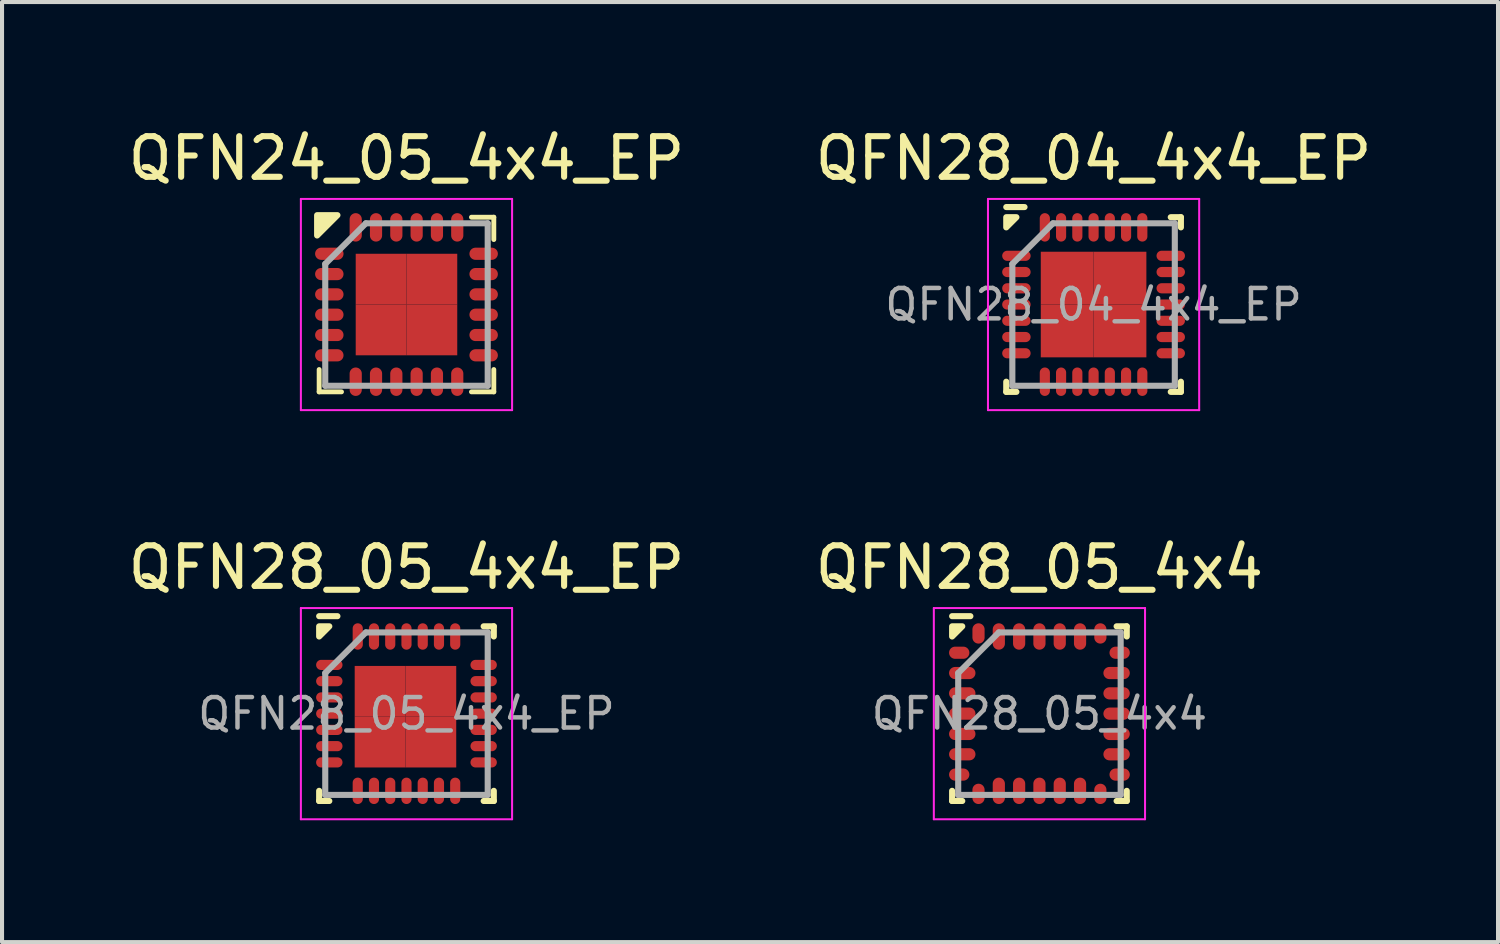
<source format=kicad_pcb>
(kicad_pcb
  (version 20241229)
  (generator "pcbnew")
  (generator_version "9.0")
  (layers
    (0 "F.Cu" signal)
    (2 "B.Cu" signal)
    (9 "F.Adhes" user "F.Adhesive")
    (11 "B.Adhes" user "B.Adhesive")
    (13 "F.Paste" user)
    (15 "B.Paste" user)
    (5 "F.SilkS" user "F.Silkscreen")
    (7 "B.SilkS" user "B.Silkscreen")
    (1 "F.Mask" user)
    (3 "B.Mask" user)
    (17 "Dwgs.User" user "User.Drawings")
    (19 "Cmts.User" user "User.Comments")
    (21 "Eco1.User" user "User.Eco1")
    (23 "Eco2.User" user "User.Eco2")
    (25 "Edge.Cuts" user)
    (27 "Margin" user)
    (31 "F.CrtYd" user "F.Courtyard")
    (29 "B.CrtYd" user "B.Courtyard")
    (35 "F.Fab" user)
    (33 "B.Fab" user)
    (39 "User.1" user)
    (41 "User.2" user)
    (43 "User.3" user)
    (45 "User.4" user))
  (footprint "QFN24_05_4x4_EP"
    (layer "F.Cu")
    (at 6.958 4.448)
    (property "Reference" "QFN24_05_4x4_EP" (at 0 -3.6 0) (layer "F.SilkS") (effects (font (size 1 1) (thickness 0.15))))
    (attr smd)
    (fp_line (start -2.15 2.15) (end -2.15 1.6) (stroke (width 0.12) (type solid)) (layer "F.SilkS"))
    (fp_line (start -1.6 2.15) (end -2.15 2.15) (stroke (width 0.12) (type solid)) (layer "F.SilkS"))
    (fp_line (start 1.6 -2.15) (end 2.15 -2.15) (stroke (width 0.12) (type solid)) (layer "F.SilkS"))
    (fp_line (start 1.6 2.15) (end 2.15 2.15) (stroke (width 0.12) (type solid)) (layer "F.SilkS"))
    (fp_line (start 2.15 -2.15) (end 2.15 -1.6) (stroke (width 0.12) (type solid)) (layer "F.SilkS"))
    (fp_line (start 2.15 2.15) (end 2.15 1.6) (stroke (width 0.12) (type solid)) (layer "F.SilkS"))
    (fp_poly (pts (xy -2.2 -1.7) (xy -2.2 -2.2) (xy -1.7 -2.2)) (stroke (width 0.15) (type solid)) (fill yes) (layer "F.SilkS"))
    (fp_line (start -2.6 -2.6) (end 2.6 -2.6) (stroke (width 0.05) (type solid)) (layer "F.CrtYd"))
    (fp_line (start -2.6 2.6) (end -2.6 -2.6) (stroke (width 0.05) (type solid)) (layer "F.CrtYd"))
    (fp_line (start 2.6 -2.6) (end 2.6 2.6) (stroke (width 0.05) (type solid)) (layer "F.CrtYd"))
    (fp_line (start 2.6 2.6) (end -2.6 2.6) (stroke (width 0.05) (type solid)) (layer "F.CrtYd"))
    (fp_line (start -2 -1) (end -2 2) (stroke (width 0.15) (type solid)) (layer "F.Fab"))
    (fp_line (start -2 2) (end 2 2) (stroke (width 0.15) (type solid)) (layer "F.Fab"))
    (fp_line (start -1 -2) (end -2 -1) (stroke (width 0.15) (type solid)) (layer "F.Fab"))
    (fp_line (start 2 -2) (end -1 -2) (stroke (width 0.15) (type solid)) (layer "F.Fab"))
    (fp_line (start 2 2) (end 2 -2) (stroke (width 0.15) (type solid)) (layer "F.Fab"))
    (pad "1" smd oval (at -1.9 -1.25 90) (size 0.3 0.7) (layers "F.Cu" "F.Mask" "F.Paste"))
    (pad "2" smd oval (at -1.9 -0.75 90) (size 0.3 0.7) (layers "F.Cu" "F.Mask" "F.Paste"))
    (pad "3" smd oval (at -1.9 -0.25 90) (size 0.3 0.7) (layers "F.Cu" "F.Mask" "F.Paste"))
    (pad "4" smd oval (at -1.9 0.25 90) (size 0.3 0.7) (layers "F.Cu" "F.Mask" "F.Paste"))
    (pad "5" smd oval (at -1.9 0.75 90) (size 0.3 0.7) (layers "F.Cu" "F.Mask" "F.Paste"))
    (pad "6" smd oval (at -1.9 1.25 90) (size 0.3 0.7) (layers "F.Cu" "F.Mask" "F.Paste"))
    (pad "7" smd oval (at -1.25 1.9 180) (size 0.3 0.7) (layers "F.Cu" "F.Mask" "F.Paste"))
    (pad "8" smd oval (at -0.75 1.9 180) (size 0.3 0.7) (layers "F.Cu" "F.Mask" "F.Paste"))
    (pad "9" smd oval (at -0.25 1.9 180) (size 0.3 0.7) (layers "F.Cu" "F.Mask" "F.Paste"))
    (pad "10" smd oval (at 0.25 1.9 180) (size 0.3 0.7) (layers "F.Cu" "F.Mask" "F.Paste"))
    (pad "11" smd oval (at 0.75 1.9 180) (size 0.3 0.7) (layers "F.Cu" "F.Mask" "F.Paste"))
    (pad "12" smd oval (at 1.25 1.9 180) (size 0.3 0.7) (layers "F.Cu" "F.Mask" "F.Paste"))
    (pad "13" smd oval (at 1.9 1.25 270) (size 0.3 0.7) (layers "F.Cu" "F.Mask" "F.Paste"))
    (pad "14" smd oval (at 1.9 0.75 270) (size 0.3 0.7) (layers "F.Cu" "F.Mask" "F.Paste"))
    (pad "15" smd oval (at 1.9 0.25 270) (size 0.3 0.7) (layers "F.Cu" "F.Mask" "F.Paste"))
    (pad "16" smd oval (at 1.9 -0.25 270) (size 0.3 0.7) (layers "F.Cu" "F.Mask" "F.Paste"))
    (pad "17" smd oval (at 1.9 -0.75 270) (size 0.3 0.7) (layers "F.Cu" "F.Mask" "F.Paste"))
    (pad "18" smd oval (at 1.9 -1.25 270) (size 0.3 0.7) (layers "F.Cu" "F.Mask" "F.Paste"))
    (pad "19" smd oval (at 1.25 -1.9) (size 0.3 0.7) (layers "F.Cu" "F.Mask" "F.Paste"))
    (pad "20" smd oval (at 0.75 -1.9) (size 0.3 0.7) (layers "F.Cu" "F.Mask" "F.Paste"))
    (pad "21" smd oval (at 0.25 -1.9) (size 0.3 0.7) (layers "F.Cu" "F.Mask" "F.Paste"))
    (pad "22" smd oval (at -0.25 -1.9) (size 0.3 0.7) (layers "F.Cu" "F.Mask" "F.Paste"))
    (pad "23" smd oval (at -0.75 -1.9) (size 0.3 0.7) (layers "F.Cu" "F.Mask" "F.Paste"))
    (pad "24" smd oval (at -1.25 -1.9) (size 0.3 0.7) (layers "F.Cu" "F.Mask" "F.Paste"))
    (pad "25" smd rect (at -0.625 -0.625) (size 1.25 1.25) (layers "F.Cu" "F.Mask" "F.Paste"))
    (pad "25" smd rect (at -0.625 0.625) (size 1.25 1.25) (layers "F.Cu" "F.Mask" "F.Paste"))
    (pad "25" smd rect (at 0.625 -0.625) (size 1.25 1.25) (layers "F.Cu" "F.Mask" "F.Paste"))
    (pad "25" smd rect (at 0.625 0.625) (size 1.25 1.25) (layers "F.Cu" "F.Mask" "F.Paste")))
  (footprint "QFN28_05_4x4_EP"
    (layer "F.Cu")
    (at 6.958 14.521)
    (property "Reference" "QFN28_05_4x4_EP" (at 0 -3.6 0) (layer "F.SilkS") (effects (font (size 1 1) (thickness 0.15))))
    (attr smd)
    (fp_line (start -2.15 2.15) (end -2.15 1.9) (stroke (width 0.15) (type solid)) (layer "F.SilkS"))
    (fp_line (start -1.9 2.15) (end -2.15 2.15) (stroke (width 0.15) (type solid)) (layer "F.SilkS"))
    (fp_line (start -1.7 -2.4) (end -2.15 -2.4) (stroke (width 0.15) (type solid)) (layer "F.SilkS"))
    (fp_line (start 1.9 -2.15) (end 2.15 -2.15) (stroke (width 0.15) (type solid)) (layer "F.SilkS"))
    (fp_line (start 1.9 2.15) (end 2.15 2.15) (stroke (width 0.15) (type solid)) (layer "F.SilkS"))
    (fp_line (start 2.15 -2.15) (end 2.15 -1.9) (stroke (width 0.15) (type solid)) (layer "F.SilkS"))
    (fp_line (start 2.15 2.15) (end 2.15 1.9) (stroke (width 0.15) (type solid)) (layer "F.SilkS"))
    (fp_poly (pts (xy -2.15 -1.9) (xy -2.15 -2.15) (xy -1.9 -2.15)) (stroke (width 0.15) (type solid)) (fill yes) (layer "F.SilkS"))
    (fp_line (start -2.6 -2.6) (end 2.6 -2.6) (stroke (width 0.05) (type solid)) (layer "F.CrtYd"))
    (fp_line (start -2.6 2.6) (end -2.6 -2.6) (stroke (width 0.05) (type solid)) (layer "F.CrtYd"))
    (fp_line (start 2.6 -2.6) (end 2.6 2.6) (stroke (width 0.05) (type solid)) (layer "F.CrtYd"))
    (fp_line (start 2.6 2.6) (end -2.6 2.6) (stroke (width 0.05) (type solid)) (layer "F.CrtYd"))
    (fp_line (start -2 -1) (end -2 2) (stroke (width 0.15) (type solid)) (layer "F.Fab"))
    (fp_line (start -2 2) (end 2 2) (stroke (width 0.15) (type solid)) (layer "F.Fab"))
    (fp_line (start -1 -2) (end -2 -1) (stroke (width 0.15) (type solid)) (layer "F.Fab"))
    (fp_line (start 2 -2) (end -1 -2) (stroke (width 0.15) (type solid)) (layer "F.Fab"))
    (fp_line (start 2 2) (end 2 -2) (stroke (width 0.15) (type solid)) (layer "F.Fab"))
    (fp_text user "${REFERENCE}" (at 0 0 0) (layer "F.Fab") (effects (font (size 0.75 0.75) (thickness 0.11))))
    (pad "1" smd oval (at -1.9 -1.2 90) (size 0.25 0.65) (layers "F.Cu" "F.Mask" "F.Paste"))
    (pad "2" smd oval (at -1.9 -0.8 90) (size 0.25 0.65) (layers "F.Cu" "F.Mask" "F.Paste"))
    (pad "3" smd oval (at -1.9 -0.4 90) (size 0.25 0.65) (layers "F.Cu" "F.Mask" "F.Paste"))
    (pad "4" smd oval (at -1.9 0 90) (size 0.25 0.65) (layers "F.Cu" "F.Mask" "F.Paste"))
    (pad "5" smd oval (at -1.9 0.4 90) (size 0.25 0.65) (layers "F.Cu" "F.Mask" "F.Paste"))
    (pad "6" smd oval (at -1.9 0.8 90) (size 0.25 0.65) (layers "F.Cu" "F.Mask" "F.Paste"))
    (pad "7" smd oval (at -1.9 1.2 90) (size 0.25 0.65) (layers "F.Cu" "F.Mask" "F.Paste"))
    (pad "8" smd oval (at -1.2 1.9) (size 0.25 0.65) (layers "F.Cu" "F.Mask" "F.Paste"))
    (pad "9" smd oval (at -0.8 1.9) (size 0.25 0.65) (layers "F.Cu" "F.Mask" "F.Paste"))
    (pad "10" smd oval (at -0.4 1.9) (size 0.25 0.65) (layers "F.Cu" "F.Mask" "F.Paste"))
    (pad "11" smd oval (at 0 1.9) (size 0.25 0.65) (layers "F.Cu" "F.Mask" "F.Paste"))
    (pad "12" smd oval (at 0.4 1.9) (size 0.25 0.65) (layers "F.Cu" "F.Mask" "F.Paste"))
    (pad "13" smd oval (at 0.8 1.9) (size 0.25 0.65) (layers "F.Cu" "F.Mask" "F.Paste"))
    (pad "14" smd oval (at 1.2 1.9) (size 0.25 0.65) (layers "F.Cu" "F.Mask" "F.Paste"))
    (pad "15" smd oval (at 1.9 1.2 90) (size 0.25 0.65) (layers "F.Cu" "F.Mask" "F.Paste"))
    (pad "16" smd oval (at 1.9 0.8 90) (size 0.25 0.65) (layers "F.Cu" "F.Mask" "F.Paste"))
    (pad "17" smd oval (at 1.9 0.4 90) (size 0.25 0.65) (layers "F.Cu" "F.Mask" "F.Paste"))
    (pad "18" smd oval (at 1.9 0 90) (size 0.25 0.65) (layers "F.Cu" "F.Mask" "F.Paste"))
    (pad "19" smd oval (at 1.9 -0.4 90) (size 0.25 0.65) (layers "F.Cu" "F.Mask" "F.Paste"))
    (pad "20" smd oval (at 1.9 -0.8 90) (size 0.25 0.65) (layers "F.Cu" "F.Mask" "F.Paste"))
    (pad "21" smd oval (at 1.9 -1.2 90) (size 0.25 0.65) (layers "F.Cu" "F.Mask" "F.Paste"))
    (pad "22" smd oval (at 1.2 -1.9) (size 0.25 0.65) (layers "F.Cu" "F.Mask" "F.Paste"))
    (pad "23" smd oval (at 0.8 -1.9) (size 0.25 0.65) (layers "F.Cu" "F.Mask" "F.Paste"))
    (pad "24" smd oval (at 0.4 -1.9) (size 0.25 0.65) (layers "F.Cu" "F.Mask" "F.Paste"))
    (pad "25" smd oval (at 0 -1.9) (size 0.25 0.65) (layers "F.Cu" "F.Mask" "F.Paste"))
    (pad "26" smd oval (at -0.4 -1.9) (size 0.25 0.65) (layers "F.Cu" "F.Mask" "F.Paste"))
    (pad "27" smd oval (at -0.8 -1.9) (size 0.25 0.65) (layers "F.Cu" "F.Mask" "F.Paste"))
    (pad "28" smd oval (at -1.2 -1.9) (size 0.25 0.65) (layers "F.Cu" "F.Mask" "F.Paste"))
    (pad "29" smd rect (at -0.65 -0.55) (size 1.25 1.25) (layers "F.Cu" "F.Mask" "F.Paste"))
    (pad "29" smd rect (at -0.65 0.7) (size 1.25 1.25) (layers "F.Cu" "F.Mask" "F.Paste"))
    (pad "29" smd rect (at 0.6 -0.55) (size 1.25 1.25) (layers "F.Cu" "F.Mask" "F.Paste"))
    (pad "29" smd rect (at 0.6 0.7) (size 1.25 1.25) (layers "F.Cu" "F.Mask" "F.Paste")))
  (footprint "QFN28_05_4x4"
    (layer "F.Cu")
    (at 22.542 14.521)
    (property "Reference" "QFN28_05_4x4" (at 0 -3.6 0) (layer "F.SilkS") (effects (font (size 1 1) (thickness 0.15))))
    (attr smd)
    (fp_line (start -2.15 2.15) (end -2.15 1.9) (stroke (width 0.15) (type solid)) (layer "F.SilkS"))
    (fp_line (start -1.9 2.15) (end -2.15 2.15) (stroke (width 0.15) (type solid)) (layer "F.SilkS"))
    (fp_line (start -1.7 -2.4) (end -2.15 -2.4) (stroke (width 0.15) (type solid)) (layer "F.SilkS"))
    (fp_line (start 1.9 -2.15) (end 2.15 -2.15) (stroke (width 0.15) (type solid)) (layer "F.SilkS"))
    (fp_line (start 1.9 2.15) (end 2.15 2.15) (stroke (width 0.15) (type solid)) (layer "F.SilkS"))
    (fp_line (start 2.15 -2.15) (end 2.15 -1.9) (stroke (width 0.15) (type solid)) (layer "F.SilkS"))
    (fp_line (start 2.15 2.15) (end 2.15 1.9) (stroke (width 0.15) (type solid)) (layer "F.SilkS"))
    (fp_poly (pts (xy -2.15 -1.9) (xy -2.15 -2.15) (xy -1.9 -2.15)) (stroke (width 0.15) (type solid)) (fill yes) (layer "F.SilkS"))
    (fp_line (start -2.6 -2.6) (end 2.6 -2.6) (stroke (width 0.05) (type solid)) (layer "F.CrtYd"))
    (fp_line (start -2.6 2.6) (end -2.6 -2.6) (stroke (width 0.05) (type solid)) (layer "F.CrtYd"))
    (fp_line (start 2.6 -2.6) (end 2.6 2.6) (stroke (width 0.05) (type solid)) (layer "F.CrtYd"))
    (fp_line (start 2.6 2.6) (end -2.6 2.6) (stroke (width 0.05) (type solid)) (layer "F.CrtYd"))
    (fp_line (start -2 -1) (end -2 2) (stroke (width 0.15) (type solid)) (layer "F.Fab"))
    (fp_line (start -2 2) (end 2 2) (stroke (width 0.15) (type solid)) (layer "F.Fab"))
    (fp_line (start -1 -2) (end -2 -1) (stroke (width 0.15) (type solid)) (layer "F.Fab"))
    (fp_line (start 2 -2) (end -1 -2) (stroke (width 0.15) (type solid)) (layer "F.Fab"))
    (fp_line (start 2 2) (end 2 -2) (stroke (width 0.15) (type solid)) (layer "F.Fab"))
    (fp_text user "${REFERENCE}" (at 0 0 0) (layer "F.Fab") (effects (font (size 0.75 0.75) (thickness 0.11))))
    (pad "1" smd oval (at -1.975 -1.5 90) (size 0.3 0.5) (layers "F.Cu" "F.Mask" "F.Paste"))
    (pad "2" smd oval (at -1.9 -1 90) (size 0.3 0.65) (layers "F.Cu" "F.Mask" "F.Paste"))
    (pad "3" smd oval (at -1.9 -0.5 90) (size 0.3 0.65) (layers "F.Cu" "F.Mask" "F.Paste"))
    (pad "4" smd oval (at -1.9 0 90) (size 0.3 0.65) (layers "F.Cu" "F.Mask" "F.Paste"))
    (pad "5" smd oval (at -1.9 0.5 90) (size 0.3 0.65) (layers "F.Cu" "F.Mask" "F.Paste"))
    (pad "6" smd oval (at -1.9 1 90) (size 0.3 0.65) (layers "F.Cu" "F.Mask" "F.Paste"))
    (pad "7" smd oval (at -1.975 1.5 90) (size 0.3 0.5) (layers "F.Cu" "F.Mask" "F.Paste"))
    (pad "8" smd oval (at -1.5 1.975) (size 0.3 0.5) (layers "F.Cu" "F.Mask" "F.Paste"))
    (pad "9" smd oval (at -1 1.9) (size 0.3 0.65) (layers "F.Cu" "F.Mask" "F.Paste"))
    (pad "10" smd oval (at -0.5 1.9) (size 0.3 0.65) (layers "F.Cu" "F.Mask" "F.Paste"))
    (pad "11" smd oval (at 0 1.9) (size 0.3 0.65) (layers "F.Cu" "F.Mask" "F.Paste"))
    (pad "12" smd oval (at 0.5 1.9) (size 0.3 0.65) (layers "F.Cu" "F.Mask" "F.Paste"))
    (pad "13" smd oval (at 1 1.9) (size 0.3 0.65) (layers "F.Cu" "F.Mask" "F.Paste"))
    (pad "14" smd oval (at 1.5 1.975) (size 0.3 0.5) (layers "F.Cu" "F.Mask" "F.Paste"))
    (pad "15" smd oval (at 1.975 1.5 90) (size 0.3 0.5) (layers "F.Cu" "F.Mask" "F.Paste"))
    (pad "16" smd oval (at 1.9 1 90) (size 0.3 0.65) (layers "F.Cu" "F.Mask" "F.Paste"))
    (pad "17" smd oval (at 1.9 0.5 90) (size 0.3 0.65) (layers "F.Cu" "F.Mask" "F.Paste"))
    (pad "18" smd oval (at 1.9 0 90) (size 0.3 0.65) (layers "F.Cu" "F.Mask" "F.Paste"))
    (pad "19" smd oval (at 1.9 -0.5 90) (size 0.3 0.65) (layers "F.Cu" "F.Mask" "F.Paste"))
    (pad "20" smd oval (at 1.9 -1 90) (size 0.3 0.65) (layers "F.Cu" "F.Mask" "F.Paste"))
    (pad "21" smd oval (at 1.975 -1.5 90) (size 0.3 0.5) (layers "F.Cu" "F.Mask" "F.Paste"))
    (pad "22" smd oval (at 1.5 -1.975) (size 0.3 0.5) (layers "F.Cu" "F.Mask" "F.Paste"))
    (pad "23" smd oval (at 1 -1.9) (size 0.3 0.65) (layers "F.Cu" "F.Mask" "F.Paste"))
    (pad "24" smd oval (at 0.5 -1.9) (size 0.3 0.65) (layers "F.Cu" "F.Mask" "F.Paste"))
    (pad "25" smd oval (at 0 -1.9) (size 0.3 0.65) (layers "F.Cu" "F.Mask" "F.Paste"))
    (pad "26" smd oval (at -0.5 -1.9) (size 0.3 0.65) (layers "F.Cu" "F.Mask" "F.Paste"))
    (pad "27" smd oval (at -1 -1.9) (size 0.3 0.65) (layers "F.Cu" "F.Mask" "F.Paste"))
    (pad "28" smd oval (at -1.5 -1.975) (size 0.3 0.5) (layers "F.Cu" "F.Mask" "F.Paste")))
  (footprint "QFN28_04_4x4_EP"
    (layer "F.Cu")
    (at 23.875 4.448)
    (property "Reference" "QFN28_04_4x4_EP" (at 0 -3.6 0) (layer "F.SilkS") (effects (font (size 1 1) (thickness 0.15))))
    (attr smd)
    (fp_line (start -2.15 2.15) (end -2.15 1.9) (stroke (width 0.15) (type solid)) (layer "F.SilkS"))
    (fp_line (start -1.9 2.15) (end -2.15 2.15) (stroke (width 0.15) (type solid)) (layer "F.SilkS"))
    (fp_line (start -1.7 -2.4) (end -2.15 -2.4) (stroke (width 0.15) (type solid)) (layer "F.SilkS"))
    (fp_line (start 1.9 -2.15) (end 2.15 -2.15) (stroke (width 0.15) (type solid)) (layer "F.SilkS"))
    (fp_line (start 1.9 2.15) (end 2.15 2.15) (stroke (width 0.15) (type solid)) (layer "F.SilkS"))
    (fp_line (start 2.15 -2.15) (end 2.15 -1.9) (stroke (width 0.15) (type solid)) (layer "F.SilkS"))
    (fp_line (start 2.15 2.15) (end 2.15 1.9) (stroke (width 0.15) (type solid)) (layer "F.SilkS"))
    (fp_poly (pts (xy -2.15 -1.9) (xy -2.15 -2.15) (xy -1.9 -2.15)) (stroke (width 0.15) (type solid)) (fill yes) (layer "F.SilkS"))
    (fp_line (start -2.6 -2.6) (end 2.6 -2.6) (stroke (width 0.05) (type solid)) (layer "F.CrtYd"))
    (fp_line (start -2.6 2.6) (end -2.6 -2.6) (stroke (width 0.05) (type solid)) (layer "F.CrtYd"))
    (fp_line (start 2.6 -2.6) (end 2.6 2.6) (stroke (width 0.05) (type solid)) (layer "F.CrtYd"))
    (fp_line (start 2.6 2.6) (end -2.6 2.6) (stroke (width 0.05) (type solid)) (layer "F.CrtYd"))
    (fp_line (start -2 -1) (end -2 2) (stroke (width 0.15) (type solid)) (layer "F.Fab"))
    (fp_line (start -2 2) (end 2 2) (stroke (width 0.15) (type solid)) (layer "F.Fab"))
    (fp_line (start -1 -2) (end -2 -1) (stroke (width 0.15) (type solid)) (layer "F.Fab"))
    (fp_line (start 2 -2) (end -1 -2) (stroke (width 0.15) (type solid)) (layer "F.Fab"))
    (fp_line (start 2 2) (end 2 -2) (stroke (width 0.15) (type solid)) (layer "F.Fab"))
    (fp_text user "${REFERENCE}" (at 0 0 0) (layer "F.Fab") (effects (font (size 0.75 0.75) (thickness 0.11))))
    (pad "1" smd oval (at -1.9 -1.2 90) (size 0.25 0.7) (layers "F.Cu" "F.Mask" "F.Paste"))
    (pad "2" smd oval (at -1.9 -0.8 90) (size 0.25 0.7) (layers "F.Cu" "F.Mask" "F.Paste"))
    (pad "3" smd oval (at -1.9 -0.4 90) (size 0.25 0.7) (layers "F.Cu" "F.Mask" "F.Paste"))
    (pad "4" smd oval (at -1.9 0 90) (size 0.25 0.7) (layers "F.Cu" "F.Mask" "F.Paste"))
    (pad "5" smd oval (at -1.9 0.4 90) (size 0.25 0.7) (layers "F.Cu" "F.Mask" "F.Paste"))
    (pad "6" smd oval (at -1.9 0.8 90) (size 0.25 0.7) (layers "F.Cu" "F.Mask" "F.Paste"))
    (pad "7" smd oval (at -1.9 1.2 90) (size 0.25 0.7) (layers "F.Cu" "F.Mask" "F.Paste"))
    (pad "8" smd oval (at -1.2 1.9) (size 0.25 0.7) (layers "F.Cu" "F.Mask" "F.Paste"))
    (pad "9" smd oval (at -0.8 1.9) (size 0.25 0.7) (layers "F.Cu" "F.Mask" "F.Paste"))
    (pad "10" smd oval (at -0.4 1.9) (size 0.25 0.7) (layers "F.Cu" "F.Mask" "F.Paste"))
    (pad "11" smd oval (at 0 1.9) (size 0.25 0.7) (layers "F.Cu" "F.Mask" "F.Paste"))
    (pad "12" smd oval (at 0.4 1.9) (size 0.25 0.7) (layers "F.Cu" "F.Mask" "F.Paste"))
    (pad "13" smd oval (at 0.8 1.9) (size 0.25 0.7) (layers "F.Cu" "F.Mask" "F.Paste"))
    (pad "14" smd oval (at 1.2 1.9) (size 0.25 0.7) (layers "F.Cu" "F.Mask" "F.Paste"))
    (pad "15" smd oval (at 1.9 1.2 90) (size 0.25 0.7) (layers "F.Cu" "F.Mask" "F.Paste"))
    (pad "16" smd oval (at 1.9 0.8 90) (size 0.25 0.7) (layers "F.Cu" "F.Mask" "F.Paste"))
    (pad "17" smd oval (at 1.9 0.4 90) (size 0.25 0.7) (layers "F.Cu" "F.Mask" "F.Paste"))
    (pad "18" smd oval (at 1.9 0 90) (size 0.25 0.7) (layers "F.Cu" "F.Mask" "F.Paste"))
    (pad "19" smd oval (at 1.9 -0.4 90) (size 0.25 0.7) (layers "F.Cu" "F.Mask" "F.Paste"))
    (pad "20" smd oval (at 1.9 -0.8 90) (size 0.25 0.7) (layers "F.Cu" "F.Mask" "F.Paste"))
    (pad "21" smd oval (at 1.9 -1.2 90) (size 0.25 0.7) (layers "F.Cu" "F.Mask" "F.Paste"))
    (pad "22" smd oval (at 1.2 -1.9) (size 0.25 0.7) (layers "F.Cu" "F.Mask" "F.Paste"))
    (pad "23" smd oval (at 0.8 -1.9) (size 0.25 0.7) (layers "F.Cu" "F.Mask" "F.Paste"))
    (pad "24" smd oval (at 0.4 -1.9) (size 0.25 0.7) (layers "F.Cu" "F.Mask" "F.Paste"))
    (pad "25" smd oval (at 0 -1.9) (size 0.25 0.7) (layers "F.Cu" "F.Mask" "F.Paste"))
    (pad "26" smd oval (at -0.4 -1.9) (size 0.25 0.7) (layers "F.Cu" "F.Mask" "F.Paste"))
    (pad "27" smd oval (at -0.8 -1.9) (size 0.25 0.7) (layers "F.Cu" "F.Mask" "F.Paste"))
    (pad "28" smd oval (at -1.2 -1.9) (size 0.25 0.7) (layers "F.Cu" "F.Mask" "F.Paste"))
    (pad "29" smd rect (at -0.65 -0.65) (size 1.3 1.3) (layers "F.Cu" "F.Mask" "F.Paste"))
    (pad "29" smd rect (at -0.65 0.65) (size 1.3 1.3) (layers "F.Cu" "F.Mask" "F.Paste"))
    (pad "29" smd rect (at 0.65 -0.65) (size 1.3 1.3) (layers "F.Cu" "F.Mask" "F.Paste"))
    (pad "29" smd rect (at 0.65 0.65) (size 1.3 1.3) (layers "F.Cu" "F.Mask" "F.Paste")))
  (gr_rect
    (start -3 -3)
    (end 33.833 20.146)
    (stroke (width 0.1) (type default))
    (fill no)
    (layer "Edge.Cuts")))
</source>
